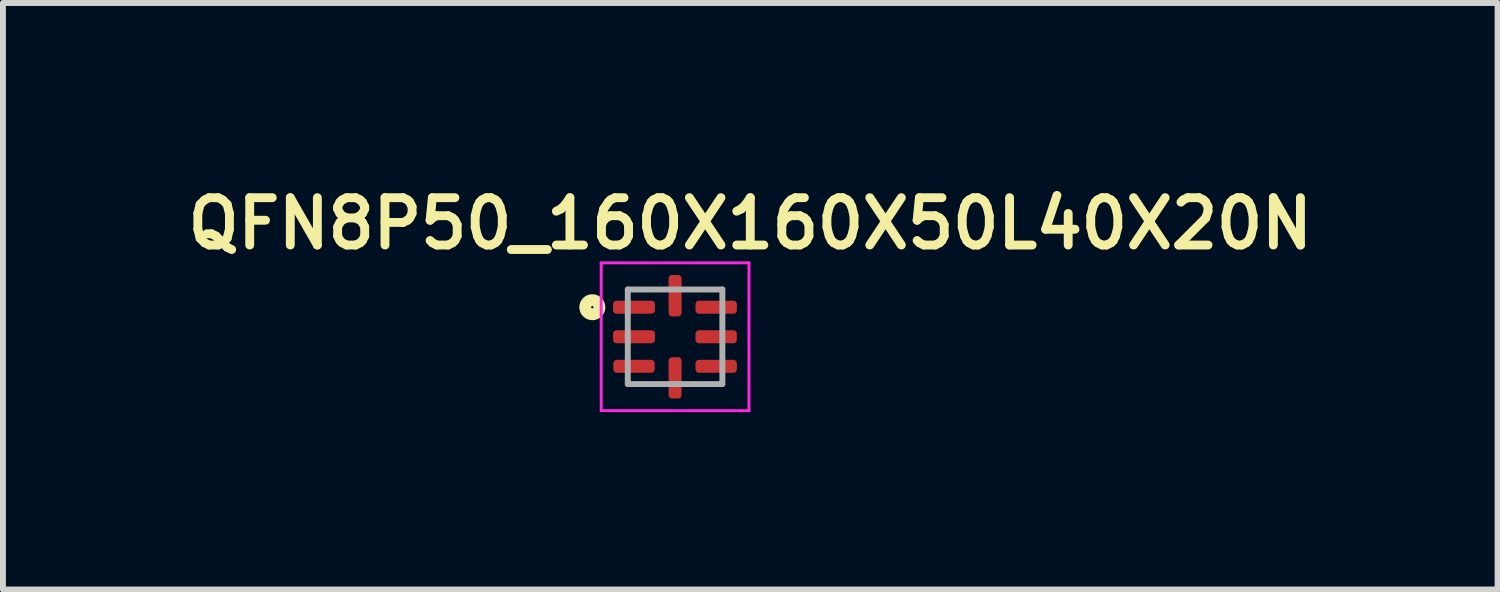
<source format=kicad_pcb>
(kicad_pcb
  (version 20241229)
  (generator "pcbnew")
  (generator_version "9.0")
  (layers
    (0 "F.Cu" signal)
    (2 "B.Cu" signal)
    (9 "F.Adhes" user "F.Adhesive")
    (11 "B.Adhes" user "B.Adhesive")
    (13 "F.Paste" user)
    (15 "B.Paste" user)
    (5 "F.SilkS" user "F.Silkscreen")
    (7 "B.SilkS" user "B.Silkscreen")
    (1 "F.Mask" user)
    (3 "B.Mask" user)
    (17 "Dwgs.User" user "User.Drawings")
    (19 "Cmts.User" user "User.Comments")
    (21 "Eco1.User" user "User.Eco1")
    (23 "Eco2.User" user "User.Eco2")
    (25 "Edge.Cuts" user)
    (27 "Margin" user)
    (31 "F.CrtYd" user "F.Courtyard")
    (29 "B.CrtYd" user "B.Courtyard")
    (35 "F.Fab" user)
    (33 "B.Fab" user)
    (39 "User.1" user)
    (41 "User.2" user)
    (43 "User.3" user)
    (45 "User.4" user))
  (footprint "QFN8P50_160X160X50L40X20N"
    (layer "F.Cu")
    (at 8.37 2.647)
    (property "Reference" "QFN8P50_160X160X50L40X20N" (at 1.272 -1.915 0) (layer "F.SilkS") (effects (font (size 0.801 0.801) (thickness 0.15))))
    (attr smd)
    (fp_circle (center -1.4 -0.5) (end -1.38 -0.5) (stroke (width 0.2) (type solid)) (fill no) (layer "F.SilkS"))
    (fp_line (start -1.25 -1.25) (end 1.25 -1.25) (stroke (width 0.05) (type solid)) (layer "F.CrtYd"))
    (fp_line (start -1.25 1.25) (end -1.25 -1.25) (stroke (width 0.05) (type solid)) (layer "F.CrtYd"))
    (fp_line (start 1.25 -1.25) (end 1.25 1.25) (stroke (width 0.05) (type solid)) (layer "F.CrtYd"))
    (fp_line (start 1.25 1.25) (end -1.25 1.25) (stroke (width 0.05) (type solid)) (layer "F.CrtYd"))
    (fp_line (start -0.8 -0.8) (end -0.8 0.8) (stroke (width 0.1) (type solid)) (layer "F.Fab"))
    (fp_line (start -0.8 -0.8) (end 0.8 -0.8) (stroke (width 0.1) (type solid)) (layer "F.Fab"))
    (fp_line (start -0.8 0.8) (end 0.8 0.8) (stroke (width 0.1) (type solid)) (layer "F.Fab"))
    (fp_line (start 0.8 -0.8) (end 0.8 0.8) (stroke (width 0.1) (type solid)) (layer "F.Fab"))
    (pad "1" smd roundrect (at -0.695 -0.5) (size 0.71 0.22) (layers "F.Cu" "F.Mask" "F.Paste") (roundrect_rratio 0.27))
    (pad "2" smd roundrect (at -0.695 0) (size 0.71 0.22) (layers "F.Cu" "F.Mask" "F.Paste") (roundrect_rratio 0.27))
    (pad "3" smd roundrect (at -0.695 0.5) (size 0.7 0.22) (layers "F.Cu" "F.Mask" "F.Paste") (roundrect_rratio 0.27))
    (pad "4" smd roundrect (at 0 0.695) (size 0.22 0.7) (layers "F.Cu" "F.Mask" "F.Paste") (roundrect_rratio 0.27))
    (pad "5" smd roundrect (at 0.695 0.5) (size 0.7 0.22) (layers "F.Cu" "F.Mask" "F.Paste") (roundrect_rratio 0.27))
    (pad "6" smd roundrect (at 0.695 0) (size 0.7 0.22) (layers "F.Cu" "F.Mask" "F.Paste") (roundrect_rratio 0.27))
    (pad "7" smd roundrect (at 0.695 -0.5) (size 0.7 0.22) (layers "F.Cu" "F.Mask" "F.Paste") (roundrect_rratio 0.27))
    (pad "8" smd roundrect (at 0 -0.695) (size 0.22 0.7) (layers "F.Cu" "F.Mask" "F.Paste") (roundrect_rratio 0.27)))
  (gr_rect
    (start -3 -3)
    (end 22.284 6.922)
    (stroke (width 0.1) (type default))
    (fill no)
    (layer "Edge.Cuts")))
</source>
